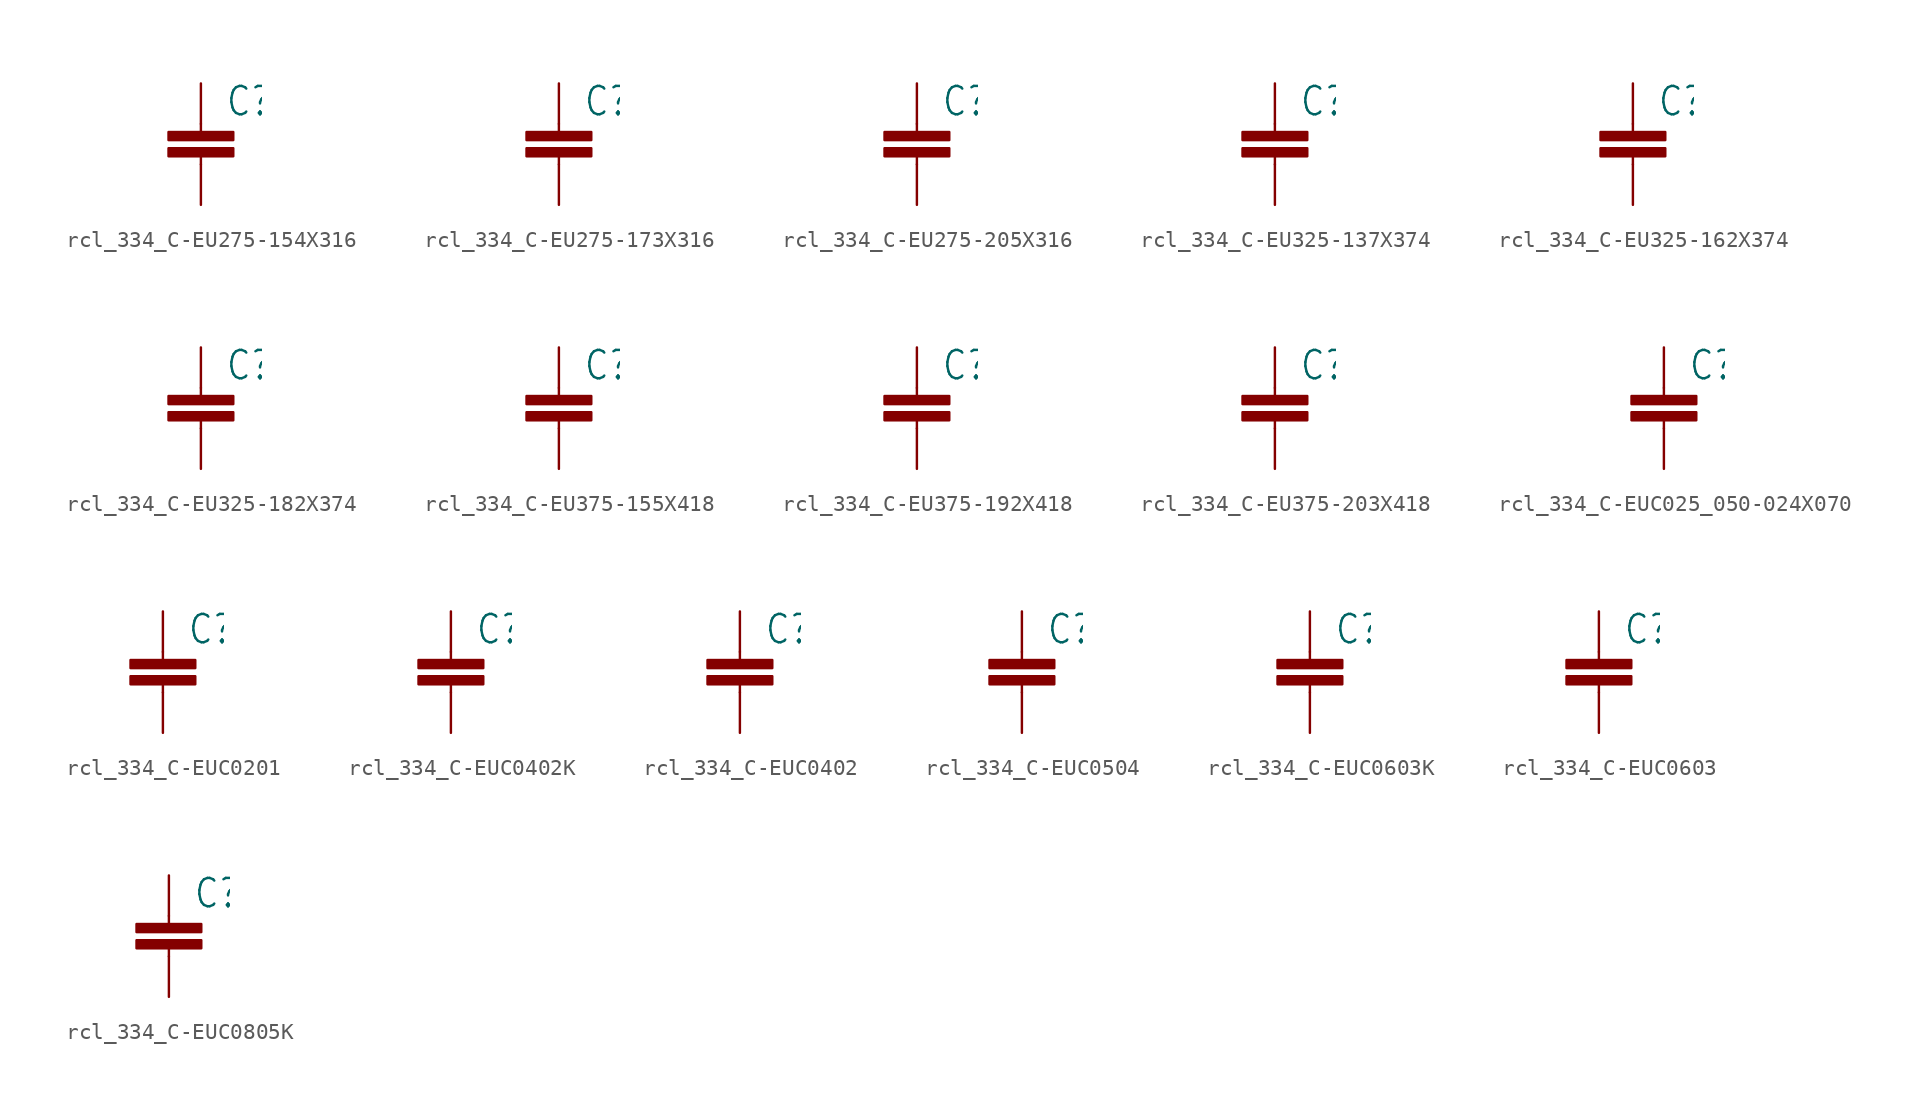
<source format=kicad_sym>
(kicad_symbol_lib
  (version 20241209)
  (generator "kicad_symbol_editor")
  (generator_version "9.0")
  (symbol "rcl_334_C-EU275-154X316"
    (property "Reference" "C"
      (at 1.524 0.381 0)
      (effects (font (size 1.778 1.511)) (justify left bottom)))
    (property "Value" ""
      (at 1.524 -4.699 0)
      (effects (font (size 1.778 1.511)) (justify left bottom)))
    (property "ki_locked" ""
      (at 0 0 0)
      (effects (font (size 1.27 1.27))))
    (symbol "rcl_334_C-EU275-154X316_1_0"
      (rectangle (start -2.032 -1.016) (end 2.032 -0.508) (stroke (width 0) (type default)) (fill (type outline)))
      (rectangle (start -2.032 -2.032) (end 2.032 -1.524) (stroke (width 0) (type default)) (fill (type outline)))
      (polyline (pts (xy 0 0) (xy 0 -0.508)) (stroke (width 0.152) (type solid)) (fill (type none)))
      (polyline (pts (xy 0 -2.54) (xy 0 -2.032)) (stroke (width 0.152) (type solid)) (fill (type none)))
      (pin passive line (at 0 2.54 270) (length 2.54) (name "1" (effects (font (size 0 0)))) (number "1" (effects (font (size 0 0)))))
      (pin passive line (at 0 -5.08 90) (length 2.54) (name "2" (effects (font (size 0 0)))) (number "2" (effects (font (size 0 0)))))))
  (symbol "rcl_334_C-EU275-173X316"
    (property "Reference" "C"
      (at 1.524 0.381 0)
      (effects (font (size 1.778 1.511)) (justify left bottom)))
    (property "Value" ""
      (at 1.524 -4.699 0)
      (effects (font (size 1.778 1.511)) (justify left bottom)))
    (property "ki_locked" ""
      (at 0 0 0)
      (effects (font (size 1.27 1.27))))
    (symbol "rcl_334_C-EU275-173X316_1_0"
      (rectangle (start -2.032 -1.016) (end 2.032 -0.508) (stroke (width 0) (type default)) (fill (type outline)))
      (rectangle (start -2.032 -2.032) (end 2.032 -1.524) (stroke (width 0) (type default)) (fill (type outline)))
      (polyline (pts (xy 0 0) (xy 0 -0.508)) (stroke (width 0.152) (type solid)) (fill (type none)))
      (polyline (pts (xy 0 -2.54) (xy 0 -2.032)) (stroke (width 0.152) (type solid)) (fill (type none)))
      (pin passive line (at 0 2.54 270) (length 2.54) (name "1" (effects (font (size 0 0)))) (number "1" (effects (font (size 0 0)))))
      (pin passive line (at 0 -5.08 90) (length 2.54) (name "2" (effects (font (size 0 0)))) (number "2" (effects (font (size 0 0)))))))
  (symbol "rcl_334_C-EU275-205X316"
    (property "Reference" "C"
      (at 1.524 0.381 0)
      (effects (font (size 1.778 1.511)) (justify left bottom)))
    (property "Value" ""
      (at 1.524 -4.699 0)
      (effects (font (size 1.778 1.511)) (justify left bottom)))
    (property "ki_locked" ""
      (at 0 0 0)
      (effects (font (size 1.27 1.27))))
    (symbol "rcl_334_C-EU275-205X316_1_0"
      (rectangle (start -2.032 -1.016) (end 2.032 -0.508) (stroke (width 0) (type default)) (fill (type outline)))
      (rectangle (start -2.032 -2.032) (end 2.032 -1.524) (stroke (width 0) (type default)) (fill (type outline)))
      (polyline (pts (xy 0 0) (xy 0 -0.508)) (stroke (width 0.152) (type solid)) (fill (type none)))
      (polyline (pts (xy 0 -2.54) (xy 0 -2.032)) (stroke (width 0.152) (type solid)) (fill (type none)))
      (pin passive line (at 0 2.54 270) (length 2.54) (name "1" (effects (font (size 0 0)))) (number "1" (effects (font (size 0 0)))))
      (pin passive line (at 0 -5.08 90) (length 2.54) (name "2" (effects (font (size 0 0)))) (number "2" (effects (font (size 0 0)))))))
  (symbol "rcl_334_C-EU325-137X374"
    (property "Reference" "C"
      (at 1.524 0.381 0)
      (effects (font (size 1.778 1.511)) (justify left bottom)))
    (property "Value" ""
      (at 1.524 -4.699 0)
      (effects (font (size 1.778 1.511)) (justify left bottom)))
    (property "ki_locked" ""
      (at 0 0 0)
      (effects (font (size 1.27 1.27))))
    (symbol "rcl_334_C-EU325-137X374_1_0"
      (rectangle (start -2.032 -1.016) (end 2.032 -0.508) (stroke (width 0) (type default)) (fill (type outline)))
      (rectangle (start -2.032 -2.032) (end 2.032 -1.524) (stroke (width 0) (type default)) (fill (type outline)))
      (polyline (pts (xy 0 0) (xy 0 -0.508)) (stroke (width 0.152) (type solid)) (fill (type none)))
      (polyline (pts (xy 0 -2.54) (xy 0 -2.032)) (stroke (width 0.152) (type solid)) (fill (type none)))
      (pin passive line (at 0 2.54 270) (length 2.54) (name "1" (effects (font (size 0 0)))) (number "1" (effects (font (size 0 0)))))
      (pin passive line (at 0 -5.08 90) (length 2.54) (name "2" (effects (font (size 0 0)))) (number "2" (effects (font (size 0 0)))))))
  (symbol "rcl_334_C-EU325-162X374"
    (property "Reference" "C"
      (at 1.524 0.381 0)
      (effects (font (size 1.778 1.511)) (justify left bottom)))
    (property "Value" ""
      (at 1.524 -4.699 0)
      (effects (font (size 1.778 1.511)) (justify left bottom)))
    (property "ki_locked" ""
      (at 0 0 0)
      (effects (font (size 1.27 1.27))))
    (symbol "rcl_334_C-EU325-162X374_1_0"
      (rectangle (start -2.032 -1.016) (end 2.032 -0.508) (stroke (width 0) (type default)) (fill (type outline)))
      (rectangle (start -2.032 -2.032) (end 2.032 -1.524) (stroke (width 0) (type default)) (fill (type outline)))
      (polyline (pts (xy 0 0) (xy 0 -0.508)) (stroke (width 0.152) (type solid)) (fill (type none)))
      (polyline (pts (xy 0 -2.54) (xy 0 -2.032)) (stroke (width 0.152) (type solid)) (fill (type none)))
      (pin passive line (at 0 2.54 270) (length 2.54) (name "1" (effects (font (size 0 0)))) (number "1" (effects (font (size 0 0)))))
      (pin passive line (at 0 -5.08 90) (length 2.54) (name "2" (effects (font (size 0 0)))) (number "2" (effects (font (size 0 0)))))))
  (symbol "rcl_334_C-EU325-182X374"
    (property "Reference" "C"
      (at 1.524 0.381 0)
      (effects (font (size 1.778 1.511)) (justify left bottom)))
    (property "Value" ""
      (at 1.524 -4.699 0)
      (effects (font (size 1.778 1.511)) (justify left bottom)))
    (property "ki_locked" ""
      (at 0 0 0)
      (effects (font (size 1.27 1.27))))
    (symbol "rcl_334_C-EU325-182X374_1_0"
      (rectangle (start -2.032 -1.016) (end 2.032 -0.508) (stroke (width 0) (type default)) (fill (type outline)))
      (rectangle (start -2.032 -2.032) (end 2.032 -1.524) (stroke (width 0) (type default)) (fill (type outline)))
      (polyline (pts (xy 0 0) (xy 0 -0.508)) (stroke (width 0.152) (type solid)) (fill (type none)))
      (polyline (pts (xy 0 -2.54) (xy 0 -2.032)) (stroke (width 0.152) (type solid)) (fill (type none)))
      (pin passive line (at 0 2.54 270) (length 2.54) (name "1" (effects (font (size 0 0)))) (number "1" (effects (font (size 0 0)))))
      (pin passive line (at 0 -5.08 90) (length 2.54) (name "2" (effects (font (size 0 0)))) (number "2" (effects (font (size 0 0)))))))
  (symbol "rcl_334_C-EU375-155X418"
    (property "Reference" "C"
      (at 1.524 0.381 0)
      (effects (font (size 1.778 1.511)) (justify left bottom)))
    (property "Value" ""
      (at 1.524 -4.699 0)
      (effects (font (size 1.778 1.511)) (justify left bottom)))
    (property "ki_locked" ""
      (at 0 0 0)
      (effects (font (size 1.27 1.27))))
    (symbol "rcl_334_C-EU375-155X418_1_0"
      (rectangle (start -2.032 -1.016) (end 2.032 -0.508) (stroke (width 0) (type default)) (fill (type outline)))
      (rectangle (start -2.032 -2.032) (end 2.032 -1.524) (stroke (width 0) (type default)) (fill (type outline)))
      (polyline (pts (xy 0 0) (xy 0 -0.508)) (stroke (width 0.152) (type solid)) (fill (type none)))
      (polyline (pts (xy 0 -2.54) (xy 0 -2.032)) (stroke (width 0.152) (type solid)) (fill (type none)))
      (pin passive line (at 0 2.54 270) (length 2.54) (name "1" (effects (font (size 0 0)))) (number "1" (effects (font (size 0 0)))))
      (pin passive line (at 0 -5.08 90) (length 2.54) (name "2" (effects (font (size 0 0)))) (number "2" (effects (font (size 0 0)))))))
  (symbol "rcl_334_C-EU375-192X418"
    (property "Reference" "C"
      (at 1.524 0.381 0)
      (effects (font (size 1.778 1.511)) (justify left bottom)))
    (property "Value" ""
      (at 1.524 -4.699 0)
      (effects (font (size 1.778 1.511)) (justify left bottom)))
    (property "ki_locked" ""
      (at 0 0 0)
      (effects (font (size 1.27 1.27))))
    (symbol "rcl_334_C-EU375-192X418_1_0"
      (rectangle (start -2.032 -1.016) (end 2.032 -0.508) (stroke (width 0) (type default)) (fill (type outline)))
      (rectangle (start -2.032 -2.032) (end 2.032 -1.524) (stroke (width 0) (type default)) (fill (type outline)))
      (polyline (pts (xy 0 0) (xy 0 -0.508)) (stroke (width 0.152) (type solid)) (fill (type none)))
      (polyline (pts (xy 0 -2.54) (xy 0 -2.032)) (stroke (width 0.152) (type solid)) (fill (type none)))
      (pin passive line (at 0 2.54 270) (length 2.54) (name "1" (effects (font (size 0 0)))) (number "1" (effects (font (size 0 0)))))
      (pin passive line (at 0 -5.08 90) (length 2.54) (name "2" (effects (font (size 0 0)))) (number "2" (effects (font (size 0 0)))))))
  (symbol "rcl_334_C-EU375-203X418"
    (property "Reference" "C"
      (at 1.524 0.381 0)
      (effects (font (size 1.778 1.511)) (justify left bottom)))
    (property "Value" ""
      (at 1.524 -4.699 0)
      (effects (font (size 1.778 1.511)) (justify left bottom)))
    (property "ki_locked" ""
      (at 0 0 0)
      (effects (font (size 1.27 1.27))))
    (symbol "rcl_334_C-EU375-203X418_1_0"
      (rectangle (start -2.032 -1.016) (end 2.032 -0.508) (stroke (width 0) (type default)) (fill (type outline)))
      (rectangle (start -2.032 -2.032) (end 2.032 -1.524) (stroke (width 0) (type default)) (fill (type outline)))
      (polyline (pts (xy 0 0) (xy 0 -0.508)) (stroke (width 0.152) (type solid)) (fill (type none)))
      (polyline (pts (xy 0 -2.54) (xy 0 -2.032)) (stroke (width 0.152) (type solid)) (fill (type none)))
      (pin passive line (at 0 2.54 270) (length 2.54) (name "1" (effects (font (size 0 0)))) (number "1" (effects (font (size 0 0)))))
      (pin passive line (at 0 -5.08 90) (length 2.54) (name "2" (effects (font (size 0 0)))) (number "2" (effects (font (size 0 0)))))))
  (symbol "rcl_334_C-EUC025_050-024X070"
    (property "Reference" "C"
      (at 1.524 0.381 0)
      (effects (font (size 1.778 1.511)) (justify left bottom)))
    (property "Value" ""
      (at 1.524 -4.699 0)
      (effects (font (size 1.778 1.511)) (justify left bottom)))
    (property "ki_locked" ""
      (at 0 0 0)
      (effects (font (size 1.27 1.27))))
    (symbol "rcl_334_C-EUC025_050-024X070_1_0"
      (rectangle (start -2.032 -1.016) (end 2.032 -0.508) (stroke (width 0) (type default)) (fill (type outline)))
      (rectangle (start -2.032 -2.032) (end 2.032 -1.524) (stroke (width 0) (type default)) (fill (type outline)))
      (polyline (pts (xy 0 0) (xy 0 -0.508)) (stroke (width 0.152) (type solid)) (fill (type none)))
      (polyline (pts (xy 0 -2.54) (xy 0 -2.032)) (stroke (width 0.152) (type solid)) (fill (type none)))
      (pin passive line (at 0 2.54 270) (length 2.54) (name "1" (effects (font (size 0 0)))) (number "1" (effects (font (size 0 0)))))
      (pin passive line (at 0 -5.08 90) (length 2.54) (name "2" (effects (font (size 0 0)))) (number "2" (effects (font (size 0 0)))))))
  (symbol "rcl_334_C-EUC0201"
    (property "Reference" "C"
      (at 1.524 0.381 0)
      (effects (font (size 1.778 1.511)) (justify left bottom)))
    (property "Value" ""
      (at 1.524 -4.699 0)
      (effects (font (size 1.778 1.511)) (justify left bottom)))
    (property "ki_locked" ""
      (at 0 0 0)
      (effects (font (size 1.27 1.27))))
    (symbol "rcl_334_C-EUC0201_1_0"
      (rectangle (start -2.032 -1.016) (end 2.032 -0.508) (stroke (width 0) (type default)) (fill (type outline)))
      (rectangle (start -2.032 -2.032) (end 2.032 -1.524) (stroke (width 0) (type default)) (fill (type outline)))
      (polyline (pts (xy 0 0) (xy 0 -0.508)) (stroke (width 0.152) (type solid)) (fill (type none)))
      (polyline (pts (xy 0 -2.54) (xy 0 -2.032)) (stroke (width 0.152) (type solid)) (fill (type none)))
      (pin passive line (at 0 2.54 270) (length 2.54) (name "1" (effects (font (size 0 0)))) (number "1" (effects (font (size 0 0)))))
      (pin passive line (at 0 -5.08 90) (length 2.54) (name "2" (effects (font (size 0 0)))) (number "2" (effects (font (size 0 0)))))))
  (symbol "rcl_334_C-EUC0402K"
    (property "Reference" "C"
      (at 1.524 0.381 0)
      (effects (font (size 1.778 1.511)) (justify left bottom)))
    (property "Value" ""
      (at 1.524 -4.699 0)
      (effects (font (size 1.778 1.511)) (justify left bottom)))
    (property "ki_locked" ""
      (at 0 0 0)
      (effects (font (size 1.27 1.27))))
    (symbol "rcl_334_C-EUC0402K_1_0"
      (rectangle (start -2.032 -1.016) (end 2.032 -0.508) (stroke (width 0) (type default)) (fill (type outline)))
      (rectangle (start -2.032 -2.032) (end 2.032 -1.524) (stroke (width 0) (type default)) (fill (type outline)))
      (polyline (pts (xy 0 0) (xy 0 -0.508)) (stroke (width 0.152) (type solid)) (fill (type none)))
      (polyline (pts (xy 0 -2.54) (xy 0 -2.032)) (stroke (width 0.152) (type solid)) (fill (type none)))
      (pin passive line (at 0 2.54 270) (length 2.54) (name "1" (effects (font (size 0 0)))) (number "1" (effects (font (size 0 0)))))
      (pin passive line (at 0 -5.08 90) (length 2.54) (name "2" (effects (font (size 0 0)))) (number "2" (effects (font (size 0 0)))))))
  (symbol "rcl_334_C-EUC0402"
    (property "Reference" "C"
      (at 1.524 0.381 0)
      (effects (font (size 1.778 1.511)) (justify left bottom)))
    (property "Value" ""
      (at 1.524 -4.699 0)
      (effects (font (size 1.778 1.511)) (justify left bottom)))
    (property "ki_locked" ""
      (at 0 0 0)
      (effects (font (size 1.27 1.27))))
    (symbol "rcl_334_C-EUC0402_1_0"
      (rectangle (start -2.032 -1.016) (end 2.032 -0.508) (stroke (width 0) (type default)) (fill (type outline)))
      (rectangle (start -2.032 -2.032) (end 2.032 -1.524) (stroke (width 0) (type default)) (fill (type outline)))
      (polyline (pts (xy 0 0) (xy 0 -0.508)) (stroke (width 0.152) (type solid)) (fill (type none)))
      (polyline (pts (xy 0 -2.54) (xy 0 -2.032)) (stroke (width 0.152) (type solid)) (fill (type none)))
      (pin passive line (at 0 2.54 270) (length 2.54) (name "1" (effects (font (size 0 0)))) (number "1" (effects (font (size 0 0)))))
      (pin passive line (at 0 -5.08 90) (length 2.54) (name "2" (effects (font (size 0 0)))) (number "2" (effects (font (size 0 0)))))))
  (symbol "rcl_334_C-EUC0504"
    (property "Reference" "C"
      (at 1.524 0.381 0)
      (effects (font (size 1.778 1.511)) (justify left bottom)))
    (property "Value" ""
      (at 1.524 -4.699 0)
      (effects (font (size 1.778 1.511)) (justify left bottom)))
    (property "ki_locked" ""
      (at 0 0 0)
      (effects (font (size 1.27 1.27))))
    (symbol "rcl_334_C-EUC0504_1_0"
      (rectangle (start -2.032 -1.016) (end 2.032 -0.508) (stroke (width 0) (type default)) (fill (type outline)))
      (rectangle (start -2.032 -2.032) (end 2.032 -1.524) (stroke (width 0) (type default)) (fill (type outline)))
      (polyline (pts (xy 0 0) (xy 0 -0.508)) (stroke (width 0.152) (type solid)) (fill (type none)))
      (polyline (pts (xy 0 -2.54) (xy 0 -2.032)) (stroke (width 0.152) (type solid)) (fill (type none)))
      (pin passive line (at 0 2.54 270) (length 2.54) (name "1" (effects (font (size 0 0)))) (number "1" (effects (font (size 0 0)))))
      (pin passive line (at 0 -5.08 90) (length 2.54) (name "2" (effects (font (size 0 0)))) (number "2" (effects (font (size 0 0)))))))
  (symbol "rcl_334_C-EUC0603K"
    (property "Reference" "C"
      (at 1.524 0.381 0)
      (effects (font (size 1.778 1.511)) (justify left bottom)))
    (property "Value" ""
      (at 1.524 -4.699 0)
      (effects (font (size 1.778 1.511)) (justify left bottom)))
    (property "ki_locked" ""
      (at 0 0 0)
      (effects (font (size 1.27 1.27))))
    (symbol "rcl_334_C-EUC0603K_1_0"
      (rectangle (start -2.032 -1.016) (end 2.032 -0.508) (stroke (width 0) (type default)) (fill (type outline)))
      (rectangle (start -2.032 -2.032) (end 2.032 -1.524) (stroke (width 0) (type default)) (fill (type outline)))
      (polyline (pts (xy 0 0) (xy 0 -0.508)) (stroke (width 0.152) (type solid)) (fill (type none)))
      (polyline (pts (xy 0 -2.54) (xy 0 -2.032)) (stroke (width 0.152) (type solid)) (fill (type none)))
      (pin passive line (at 0 2.54 270) (length 2.54) (name "1" (effects (font (size 0 0)))) (number "1" (effects (font (size 0 0)))))
      (pin passive line (at 0 -5.08 90) (length 2.54) (name "2" (effects (font (size 0 0)))) (number "2" (effects (font (size 0 0)))))))
  (symbol "rcl_334_C-EUC0603"
    (property "Reference" "C"
      (at 1.524 0.381 0)
      (effects (font (size 1.778 1.511)) (justify left bottom)))
    (property "Value" ""
      (at 1.524 -4.699 0)
      (effects (font (size 1.778 1.511)) (justify left bottom)))
    (property "ki_locked" ""
      (at 0 0 0)
      (effects (font (size 1.27 1.27))))
    (symbol "rcl_334_C-EUC0603_1_0"
      (rectangle (start -2.032 -1.016) (end 2.032 -0.508) (stroke (width 0) (type default)) (fill (type outline)))
      (rectangle (start -2.032 -2.032) (end 2.032 -1.524) (stroke (width 0) (type default)) (fill (type outline)))
      (polyline (pts (xy 0 0) (xy 0 -0.508)) (stroke (width 0.152) (type solid)) (fill (type none)))
      (polyline (pts (xy 0 -2.54) (xy 0 -2.032)) (stroke (width 0.152) (type solid)) (fill (type none)))
      (pin passive line (at 0 2.54 270) (length 2.54) (name "1" (effects (font (size 0 0)))) (number "1" (effects (font (size 0 0)))))
      (pin passive line (at 0 -5.08 90) (length 2.54) (name "2" (effects (font (size 0 0)))) (number "2" (effects (font (size 0 0)))))))
  (symbol "rcl_334_C-EUC0805K"
    (property "Reference" "C"
      (at 1.524 0.381 0)
      (effects (font (size 1.778 1.511)) (justify left bottom)))
    (property "Value" ""
      (at 1.524 -4.699 0)
      (effects (font (size 1.778 1.511)) (justify left bottom)))
    (property "ki_locked" ""
      (at 0 0 0)
      (effects (font (size 1.27 1.27))))
    (symbol "rcl_334_C-EUC0805K_1_0"
      (rectangle (start -2.032 -1.016) (end 2.032 -0.508) (stroke (width 0) (type default)) (fill (type outline)))
      (rectangle (start -2.032 -2.032) (end 2.032 -1.524) (stroke (width 0) (type default)) (fill (type outline)))
      (polyline (pts (xy 0 0) (xy 0 -0.508)) (stroke (width 0.152) (type solid)) (fill (type none)))
      (polyline (pts (xy 0 -2.54) (xy 0 -2.032)) (stroke (width 0.152) (type solid)) (fill (type none)))
      (pin passive line (at 0 2.54 270) (length 2.54) (name "1" (effects (font (size 0 0)))) (number "1" (effects (font (size 0 0)))))
      (pin passive line (at 0 -5.08 90) (length 2.54) (name "2" (effects (font (size 0 0)))) (number "2" (effects (font (size 0 0))))))))
</source>
